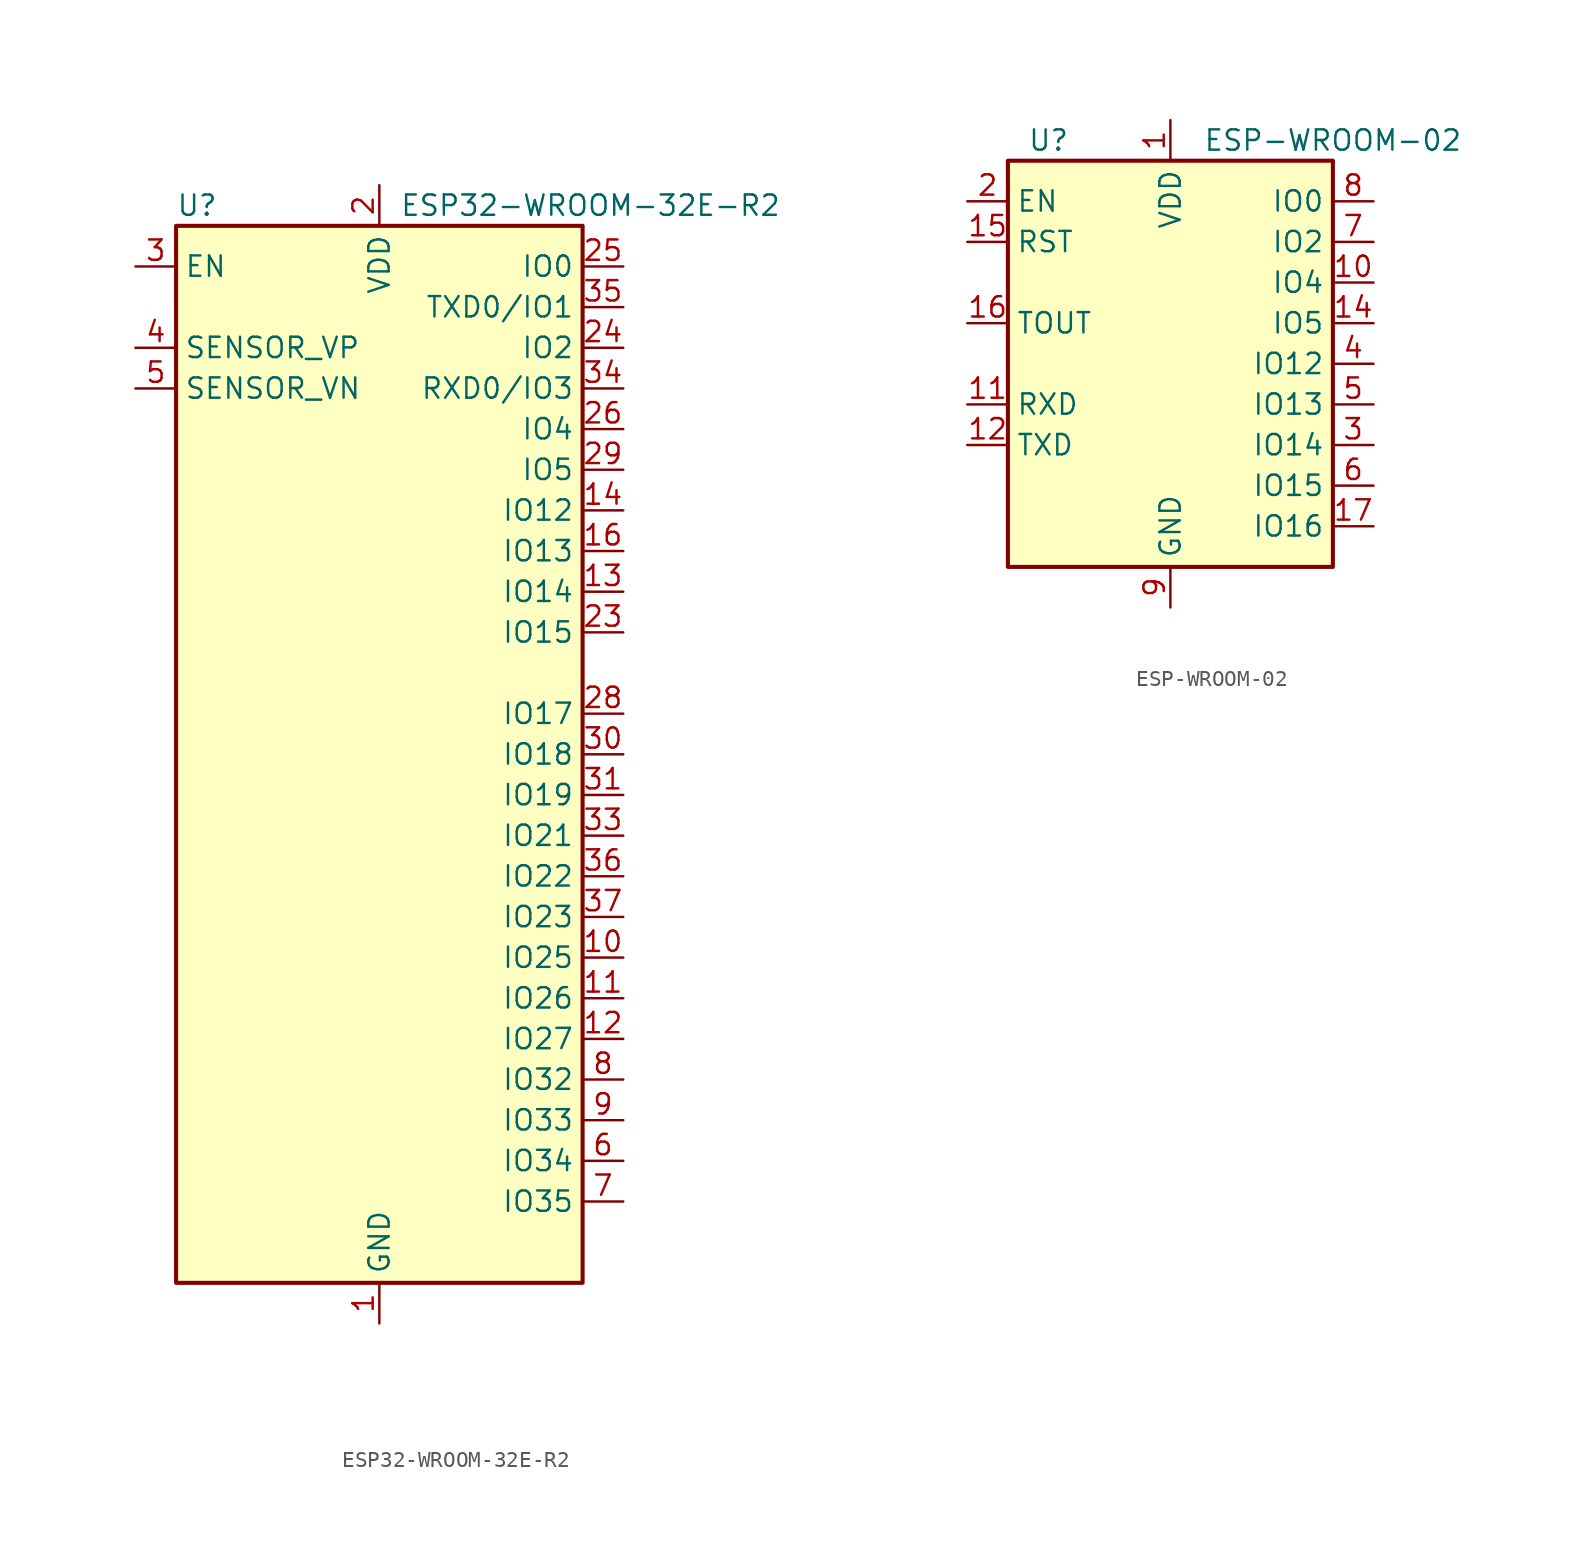
<source format=kicad_sym>
(kicad_symbol_lib
  (version 20241209)
  (generator "kicad_symbol_editor")
  (generator_version "9.0")
  (symbol "ESP32-WROOM-32E-R2"
    (property "Reference" "U"
      (at -12.7 34.29 0)
      (effects (font (size 1.27 1.27)) (justify left)))
    (property "Value" "ESP32-WROOM-32E-R2"
      (at 1.27 34.29 0)
      (effects (font (size 1.27 1.27)) (justify left)))
    (symbol "ESP32-WROOM-32E-R2_0_1"
      (rectangle (start -12.7 33.02) (end 12.7 -33.02) (stroke (width 0.254) (type default)) (fill (type background))))
    (symbol "ESP32-WROOM-32E-R2_1_1"
      (pin input line (at -15.24 30.48 0) (length 2.54) (name "EN" (effects (font (size 1.27 1.27)))) (number "3" (effects (font (size 1.27 1.27)))))
      (pin input line (at -15.24 25.4 0) (length 2.54) (name "SENSOR_VP" (effects (font (size 1.27 1.27)))) (number "4" (effects (font (size 1.27 1.27)))))
      (pin input line (at -15.24 22.86 0) (length 2.54) (name "SENSOR_VN" (effects (font (size 1.27 1.27)))) (number "5" (effects (font (size 1.27 1.27)))))
      (pin no_connect line (at -12.7 0 0) (length 2.54) (hide yes) (name "NC" (effects (font (size 1.27 1.27)))) (number "21" (effects (font (size 1.27 1.27)))))
      (pin no_connect line (at -12.7 -2.54 0) (length 2.54) (hide yes) (name "NC" (effects (font (size 1.27 1.27)))) (number "22" (effects (font (size 1.27 1.27)))))
      (pin no_connect line (at -12.7 -5.08 0) (length 2.54) (hide yes) (name "NC" (effects (font (size 1.27 1.27)))) (number "17" (effects (font (size 1.27 1.27)))))
      (pin no_connect line (at -12.7 -7.62 0) (length 2.54) (hide yes) (name "NC" (effects (font (size 1.27 1.27)))) (number "18" (effects (font (size 1.27 1.27)))))
      (pin no_connect line (at -12.7 -10.16 0) (length 2.54) (hide yes) (name "NC" (effects (font (size 1.27 1.27)))) (number "20" (effects (font (size 1.27 1.27)))))
      (pin no_connect line (at -12.7 -12.7 0) (length 2.54) (hide yes) (name "NC" (effects (font (size 1.27 1.27)))) (number "19" (effects (font (size 1.27 1.27)))))
      (pin no_connect line (at -12.7 -27.94 0) (length 2.54) (hide yes) (name "NC" (effects (font (size 1.27 1.27)))) (number "32" (effects (font (size 1.27 1.27)))))
      (pin power_in line (at 0 35.56 270) (length 2.54) (name "VDD" (effects (font (size 1.27 1.27)))) (number "2" (effects (font (size 1.27 1.27)))))
      (pin power_in line (at 0 -35.56 90) (length 2.54) (name "GND" (effects (font (size 1.27 1.27)))) (number "1" (effects (font (size 1.27 1.27)))))
      (pin passive line (at 0 -35.56 90) (length 2.54) (hide yes) (name "GND" (effects (font (size 1.27 1.27)))) (number "15" (effects (font (size 1.27 1.27)))))
      (pin passive line (at 0 -35.56 90) (length 2.54) (hide yes) (name "GND" (effects (font (size 1.27 1.27)))) (number "38" (effects (font (size 1.27 1.27)))))
      (pin passive line (at 0 -35.56 90) (length 2.54) (hide yes) (name "GND" (effects (font (size 1.27 1.27)))) (number "39" (effects (font (size 1.27 1.27)))))
      (pin no_connect line (at 12.7 5.08 180) (length 2.54) (hide yes) (name "NC" (effects (font (size 1.27 1.27)))) (number "27" (effects (font (size 1.27 1.27)))))
      (pin bidirectional line (at 15.24 30.48 180) (length 2.54) (name "IO0" (effects (font (size 1.27 1.27)))) (number "25" (effects (font (size 1.27 1.27)))))
      (pin bidirectional line (at 15.24 27.94 180) (length 2.54) (name "TXD0/IO1" (effects (font (size 1.27 1.27)))) (number "35" (effects (font (size 1.27 1.27)))))
      (pin bidirectional line (at 15.24 25.4 180) (length 2.54) (name "IO2" (effects (font (size 1.27 1.27)))) (number "24" (effects (font (size 1.27 1.27)))))
      (pin bidirectional line (at 15.24 22.86 180) (length 2.54) (name "RXD0/IO3" (effects (font (size 1.27 1.27)))) (number "34" (effects (font (size 1.27 1.27)))))
      (pin bidirectional line (at 15.24 20.32 180) (length 2.54) (name "IO4" (effects (font (size 1.27 1.27)))) (number "26" (effects (font (size 1.27 1.27)))))
      (pin bidirectional line (at 15.24 17.78 180) (length 2.54) (name "IO5" (effects (font (size 1.27 1.27)))) (number "29" (effects (font (size 1.27 1.27)))))
      (pin bidirectional line (at 15.24 15.24 180) (length 2.54) (name "IO12" (effects (font (size 1.27 1.27)))) (number "14" (effects (font (size 1.27 1.27)))))
      (pin bidirectional line (at 15.24 12.7 180) (length 2.54) (name "IO13" (effects (font (size 1.27 1.27)))) (number "16" (effects (font (size 1.27 1.27)))))
      (pin bidirectional line (at 15.24 10.16 180) (length 2.54) (name "IO14" (effects (font (size 1.27 1.27)))) (number "13" (effects (font (size 1.27 1.27)))))
      (pin bidirectional line (at 15.24 7.62 180) (length 2.54) (name "IO15" (effects (font (size 1.27 1.27)))) (number "23" (effects (font (size 1.27 1.27)))))
      (pin bidirectional line (at 15.24 2.54 180) (length 2.54) (name "IO17" (effects (font (size 1.27 1.27)))) (number "28" (effects (font (size 1.27 1.27)))))
      (pin bidirectional line (at 15.24 0 180) (length 2.54) (name "IO18" (effects (font (size 1.27 1.27)))) (number "30" (effects (font (size 1.27 1.27)))))
      (pin bidirectional line (at 15.24 -2.54 180) (length 2.54) (name "IO19" (effects (font (size 1.27 1.27)))) (number "31" (effects (font (size 1.27 1.27)))))
      (pin bidirectional line (at 15.24 -5.08 180) (length 2.54) (name "IO21" (effects (font (size 1.27 1.27)))) (number "33" (effects (font (size 1.27 1.27)))))
      (pin bidirectional line (at 15.24 -7.62 180) (length 2.54) (name "IO22" (effects (font (size 1.27 1.27)))) (number "36" (effects (font (size 1.27 1.27)))))
      (pin bidirectional line (at 15.24 -10.16 180) (length 2.54) (name "IO23" (effects (font (size 1.27 1.27)))) (number "37" (effects (font (size 1.27 1.27)))))
      (pin bidirectional line (at 15.24 -12.7 180) (length 2.54) (name "IO25" (effects (font (size 1.27 1.27)))) (number "10" (effects (font (size 1.27 1.27)))))
      (pin bidirectional line (at 15.24 -15.24 180) (length 2.54) (name "IO26" (effects (font (size 1.27 1.27)))) (number "11" (effects (font (size 1.27 1.27)))))
      (pin bidirectional line (at 15.24 -17.78 180) (length 2.54) (name "IO27" (effects (font (size 1.27 1.27)))) (number "12" (effects (font (size 1.27 1.27)))))
      (pin bidirectional line (at 15.24 -20.32 180) (length 2.54) (name "IO32" (effects (font (size 1.27 1.27)))) (number "8" (effects (font (size 1.27 1.27)))))
      (pin bidirectional line (at 15.24 -22.86 180) (length 2.54) (name "IO33" (effects (font (size 1.27 1.27)))) (number "9" (effects (font (size 1.27 1.27)))))
      (pin input line (at 15.24 -25.4 180) (length 2.54) (name "IO34" (effects (font (size 1.27 1.27)))) (number "6" (effects (font (size 1.27 1.27)))))
      (pin input line (at 15.24 -27.94 180) (length 2.54) (name "IO35" (effects (font (size 1.27 1.27)))) (number "7" (effects (font (size 1.27 1.27)))))))
  (symbol "ESP-WROOM-02"
    (property "Reference" "U"
      (at -7.62 13.97 0)
      (effects (font (size 1.27 1.27))))
    (property "Value" "ESP-WROOM-02"
      (at 10.16 13.97 0)
      (effects (font (size 1.27 1.27))))
    (symbol "ESP-WROOM-02_0_1"
      (rectangle (start 10.16 12.7) (end -10.16 -12.7) (stroke (width 0.254) (type default)) (fill (type background))))
    (symbol "ESP-WROOM-02_1_1"
      (pin input line (at -12.7 10.16 0) (length 2.54) (name "EN" (effects (font (size 1.27 1.27)))) (number "2" (effects (font (size 1.27 1.27)))))
      (pin input line (at -12.7 7.62 0) (length 2.54) (name "RST" (effects (font (size 1.27 1.27)))) (number "15" (effects (font (size 1.27 1.27)))))
      (pin input line (at -12.7 2.54 0) (length 2.54) (name "TOUT" (effects (font (size 1.27 1.27)))) (number "16" (effects (font (size 1.27 1.27)))))
      (pin bidirectional line (at -12.7 -2.54 0) (length 2.54) (name "RXD" (effects (font (size 1.27 1.27)))) (number "11" (effects (font (size 1.27 1.27)))))
      (pin bidirectional line (at -12.7 -5.08 0) (length 2.54) (name "TXD" (effects (font (size 1.27 1.27)))) (number "12" (effects (font (size 1.27 1.27)))))
      (pin power_in line (at 0 15.24 270) (length 2.54) (name "VDD" (effects (font (size 1.27 1.27)))) (number "1" (effects (font (size 1.27 1.27)))))
      (pin passive line (at 0 -15.24 90) (length 2.54) (hide yes) (name "GND" (effects (font (size 1.27 1.27)))) (number "13" (effects (font (size 1.27 1.27)))))
      (pin passive line (at 0 -15.24 90) (length 2.54) (hide yes) (name "GND" (effects (font (size 1.27 1.27)))) (number "18" (effects (font (size 1.27 1.27)))))
      (pin passive line (at 0 -15.24 90) (length 2.54) (hide yes) (name "GND" (effects (font (size 1.27 1.27)))) (number "19" (effects (font (size 1.27 1.27)))))
      (pin power_in line (at 0 -15.24 90) (length 2.54) (name "GND" (effects (font (size 1.27 1.27)))) (number "9" (effects (font (size 1.27 1.27)))))
      (pin bidirectional line (at 12.7 10.16 180) (length 2.54) (name "IO0" (effects (font (size 1.27 1.27)))) (number "8" (effects (font (size 1.27 1.27)))))
      (pin bidirectional line (at 12.7 7.62 180) (length 2.54) (name "IO2" (effects (font (size 1.27 1.27)))) (number "7" (effects (font (size 1.27 1.27)))))
      (pin bidirectional line (at 12.7 5.08 180) (length 2.54) (name "IO4" (effects (font (size 1.27 1.27)))) (number "10" (effects (font (size 1.27 1.27)))))
      (pin bidirectional line (at 12.7 2.54 180) (length 2.54) (name "IO5" (effects (font (size 1.27 1.27)))) (number "14" (effects (font (size 1.27 1.27)))))
      (pin bidirectional line (at 12.7 0 180) (length 2.54) (name "IO12" (effects (font (size 1.27 1.27)))) (number "4" (effects (font (size 1.27 1.27)))))
      (pin bidirectional line (at 12.7 -2.54 180) (length 2.54) (name "IO13" (effects (font (size 1.27 1.27)))) (number "5" (effects (font (size 1.27 1.27)))))
      (pin bidirectional line (at 12.7 -5.08 180) (length 2.54) (name "IO14" (effects (font (size 1.27 1.27)))) (number "3" (effects (font (size 1.27 1.27)))))
      (pin bidirectional line (at 12.7 -7.62 180) (length 2.54) (name "IO15" (effects (font (size 1.27 1.27)))) (number "6" (effects (font (size 1.27 1.27)))))
      (pin bidirectional line (at 12.7 -10.16 180) (length 2.54) (name "IO16" (effects (font (size 1.27 1.27)))) (number "17" (effects (font (size 1.27 1.27))))))))
</source>
